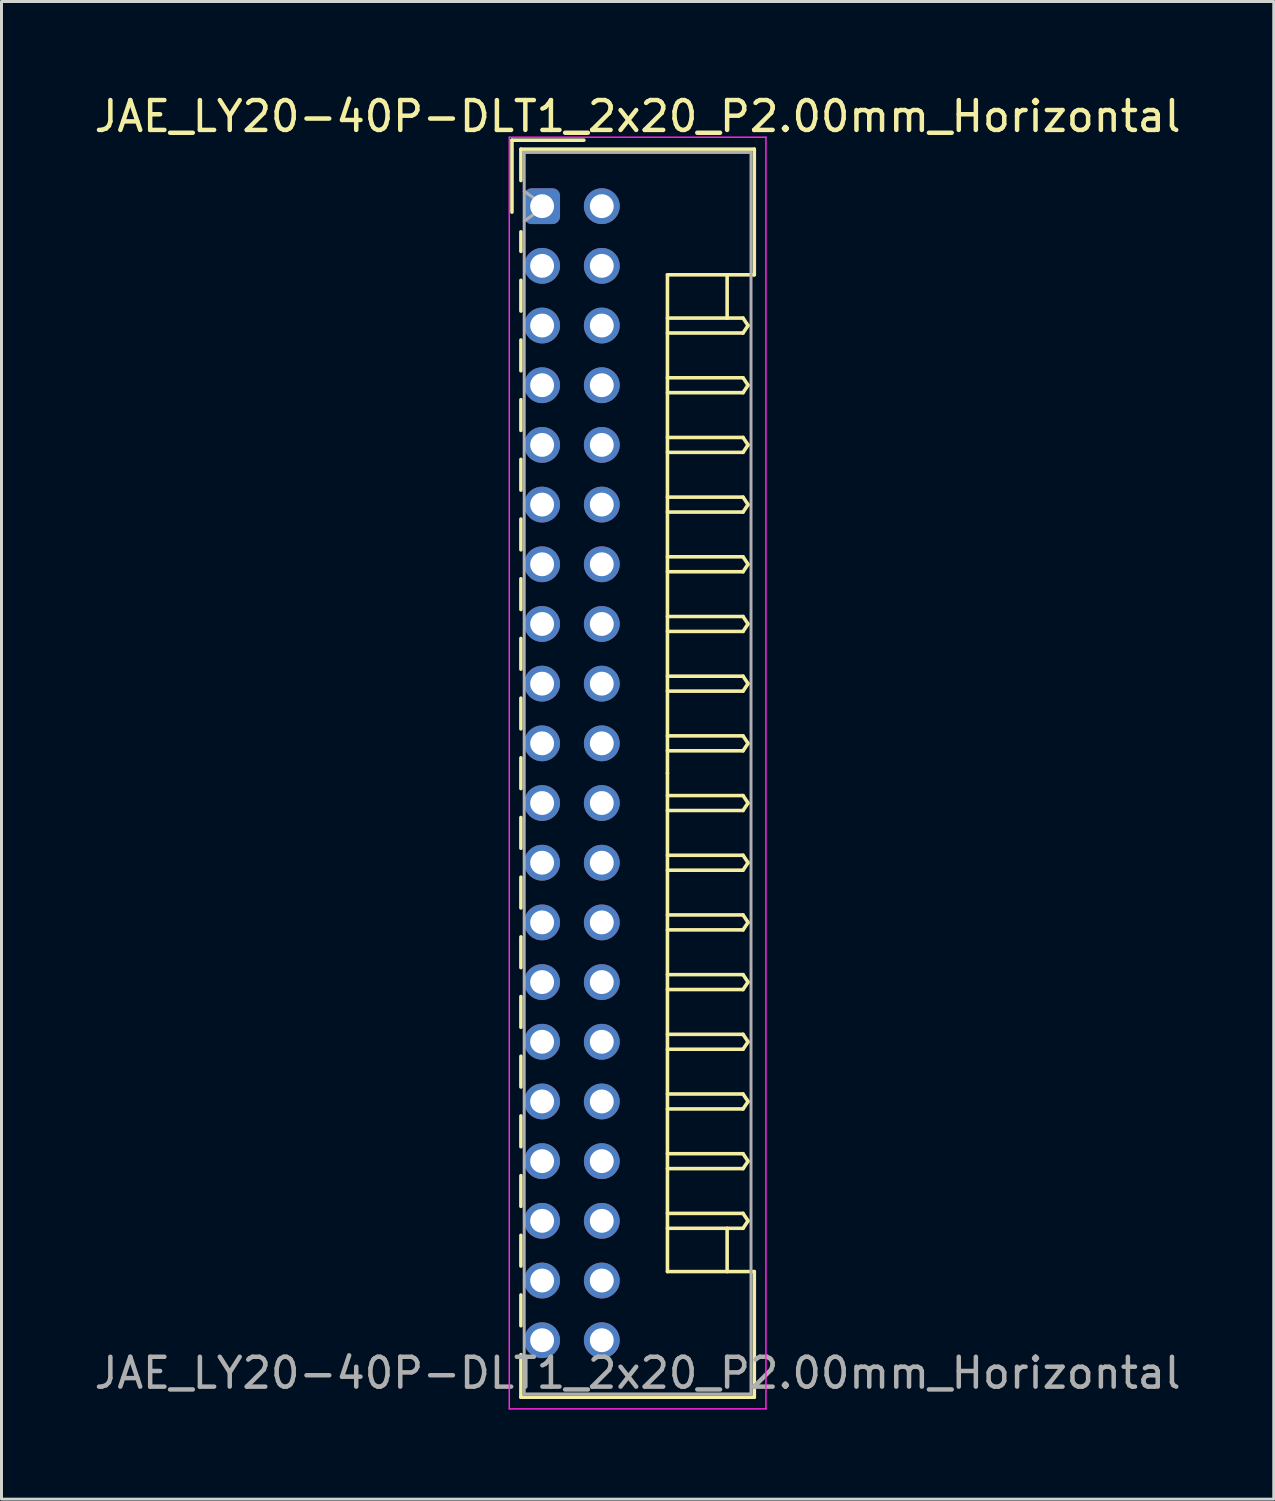
<source format=kicad_pcb>
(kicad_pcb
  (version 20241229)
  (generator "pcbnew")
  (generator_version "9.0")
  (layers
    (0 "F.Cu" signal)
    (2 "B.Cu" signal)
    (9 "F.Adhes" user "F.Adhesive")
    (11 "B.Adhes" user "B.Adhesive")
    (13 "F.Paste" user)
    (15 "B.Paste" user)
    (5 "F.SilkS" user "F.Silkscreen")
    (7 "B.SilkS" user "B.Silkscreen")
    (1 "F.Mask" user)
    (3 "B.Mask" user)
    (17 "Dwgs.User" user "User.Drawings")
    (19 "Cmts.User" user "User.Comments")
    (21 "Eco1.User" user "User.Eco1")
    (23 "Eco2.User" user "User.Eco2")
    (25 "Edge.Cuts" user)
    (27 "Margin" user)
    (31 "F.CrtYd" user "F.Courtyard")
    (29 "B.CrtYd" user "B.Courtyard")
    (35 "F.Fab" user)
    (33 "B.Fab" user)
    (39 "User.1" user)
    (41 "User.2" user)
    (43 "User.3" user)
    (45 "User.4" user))
  (footprint "JAE_LY20-40P-DLT1_2x20_P2.00mm_Horizontal"
    (layer "F.Cu")
    (at 15.115 3.858)
    (property "Reference" "JAE_LY20-40P-DLT1_2x20_P2.00mm_Horizontal" (at 3.2 -3.01 0) (layer "F.SilkS") (effects (font (size 1 1) (thickness 0.15))))
    (attr through_hole)
    (fp_line (start -1.01 -2.21) (end -1.01 0.2) (stroke (width 0.12) (type solid)) (layer "F.SilkS"))
    (fp_line (start -0.71 -1.91) (end -0.71 -0.86) (stroke (width 0.12) (type solid)) (layer "F.SilkS"))
    (fp_line (start -0.71 -1.91) (end 7.11 -1.91) (stroke (width 0.12) (type solid)) (layer "F.SilkS"))
    (fp_line (start -0.71 0.86) (end -0.71 1.515) (stroke (width 0.12) (type solid)) (layer "F.SilkS"))
    (fp_line (start -0.71 2.485) (end -0.71 3.515) (stroke (width 0.12) (type solid)) (layer "F.SilkS"))
    (fp_line (start -0.71 4.485) (end -0.71 5.515) (stroke (width 0.12) (type solid)) (layer "F.SilkS"))
    (fp_line (start -0.71 6.485) (end -0.71 7.515) (stroke (width 0.12) (type solid)) (layer "F.SilkS"))
    (fp_line (start -0.71 8.485) (end -0.71 9.515) (stroke (width 0.12) (type solid)) (layer "F.SilkS"))
    (fp_line (start -0.71 10.485) (end -0.71 11.515) (stroke (width 0.12) (type solid)) (layer "F.SilkS"))
    (fp_line (start -0.71 12.485) (end -0.71 13.515) (stroke (width 0.12) (type solid)) (layer "F.SilkS"))
    (fp_line (start -0.71 14.485) (end -0.71 15.515) (stroke (width 0.12) (type solid)) (layer "F.SilkS"))
    (fp_line (start -0.71 16.485) (end -0.71 17.515) (stroke (width 0.12) (type solid)) (layer "F.SilkS"))
    (fp_line (start -0.71 18.485) (end -0.71 19.515) (stroke (width 0.12) (type solid)) (layer "F.SilkS"))
    (fp_line (start -0.71 20.485) (end -0.71 21.515) (stroke (width 0.12) (type solid)) (layer "F.SilkS"))
    (fp_line (start -0.71 22.485) (end -0.71 23.515) (stroke (width 0.12) (type solid)) (layer "F.SilkS"))
    (fp_line (start -0.71 24.485) (end -0.71 25.515) (stroke (width 0.12) (type solid)) (layer "F.SilkS"))
    (fp_line (start -0.71 26.485) (end -0.71 27.515) (stroke (width 0.12) (type solid)) (layer "F.SilkS"))
    (fp_line (start -0.71 28.485) (end -0.71 29.515) (stroke (width 0.12) (type solid)) (layer "F.SilkS"))
    (fp_line (start -0.71 30.485) (end -0.71 31.515) (stroke (width 0.12) (type solid)) (layer "F.SilkS"))
    (fp_line (start -0.71 32.485) (end -0.71 33.515) (stroke (width 0.12) (type solid)) (layer "F.SilkS"))
    (fp_line (start -0.71 34.485) (end -0.71 35.515) (stroke (width 0.12) (type solid)) (layer "F.SilkS"))
    (fp_line (start -0.71 36.485) (end -0.71 37.515) (stroke (width 0.12) (type solid)) (layer "F.SilkS"))
    (fp_line (start -0.71 38.485) (end -0.71 39.91) (stroke (width 0.12) (type solid)) (layer "F.SilkS"))
    (fp_line (start -0.71 39.91) (end 7.11 39.91) (stroke (width 0.12) (type solid)) (layer "F.SilkS"))
    (fp_line (start 1.4 -2.21) (end -1.01 -2.21) (stroke (width 0.12) (type solid)) (layer "F.SilkS"))
    (fp_line (start 4.2 2.3) (end 4.2 19) (stroke (width 0.12) (type solid)) (layer "F.SilkS"))
    (fp_line (start 4.2 3.75) (end 6.733 3.75) (stroke (width 0.12) (type solid)) (layer "F.SilkS"))
    (fp_line (start 4.2 5.75) (end 6.733 5.75) (stroke (width 0.12) (type solid)) (layer "F.SilkS"))
    (fp_line (start 4.2 7.75) (end 6.733 7.75) (stroke (width 0.12) (type solid)) (layer "F.SilkS"))
    (fp_line (start 4.2 9.75) (end 6.733 9.75) (stroke (width 0.12) (type solid)) (layer "F.SilkS"))
    (fp_line (start 4.2 11.75) (end 6.733 11.75) (stroke (width 0.12) (type solid)) (layer "F.SilkS"))
    (fp_line (start 4.2 13.75) (end 6.733 13.75) (stroke (width 0.12) (type solid)) (layer "F.SilkS"))
    (fp_line (start 4.2 15.75) (end 6.733 15.75) (stroke (width 0.12) (type solid)) (layer "F.SilkS"))
    (fp_line (start 4.2 17.75) (end 6.733 17.75) (stroke (width 0.12) (type solid)) (layer "F.SilkS"))
    (fp_line (start 4.2 19.75) (end 6.733 19.75) (stroke (width 0.12) (type solid)) (layer "F.SilkS"))
    (fp_line (start 4.2 21.75) (end 6.733 21.75) (stroke (width 0.12) (type solid)) (layer "F.SilkS"))
    (fp_line (start 4.2 23.75) (end 6.733 23.75) (stroke (width 0.12) (type solid)) (layer "F.SilkS"))
    (fp_line (start 4.2 25.75) (end 6.733 25.75) (stroke (width 0.12) (type solid)) (layer "F.SilkS"))
    (fp_line (start 4.2 27.75) (end 6.733 27.75) (stroke (width 0.12) (type solid)) (layer "F.SilkS"))
    (fp_line (start 4.2 29.75) (end 6.733 29.75) (stroke (width 0.12) (type solid)) (layer "F.SilkS"))
    (fp_line (start 4.2 31.75) (end 6.733 31.75) (stroke (width 0.12) (type solid)) (layer "F.SilkS"))
    (fp_line (start 4.2 33.75) (end 6.733 33.75) (stroke (width 0.12) (type solid)) (layer "F.SilkS"))
    (fp_line (start 4.2 35.7) (end 4.2 19) (stroke (width 0.12) (type solid)) (layer "F.SilkS"))
    (fp_line (start 6.2 2.3) (end 6.2 3.75) (stroke (width 0.12) (type solid)) (layer "F.SilkS"))
    (fp_line (start 6.2 35.7) (end 6.2 34.25) (stroke (width 0.12) (type solid)) (layer "F.SilkS"))
    (fp_line (start 6.733 3.75) (end 6.9 4) (stroke (width 0.12) (type solid)) (layer "F.SilkS"))
    (fp_line (start 6.733 4.25) (end 4.2 4.25) (stroke (width 0.12) (type solid)) (layer "F.SilkS"))
    (fp_line (start 6.733 5.75) (end 6.9 6) (stroke (width 0.12) (type solid)) (layer "F.SilkS"))
    (fp_line (start 6.733 6.25) (end 4.2 6.25) (stroke (width 0.12) (type solid)) (layer "F.SilkS"))
    (fp_line (start 6.733 7.75) (end 6.9 8) (stroke (width 0.12) (type solid)) (layer "F.SilkS"))
    (fp_line (start 6.733 8.25) (end 4.2 8.25) (stroke (width 0.12) (type solid)) (layer "F.SilkS"))
    (fp_line (start 6.733 9.75) (end 6.9 10) (stroke (width 0.12) (type solid)) (layer "F.SilkS"))
    (fp_line (start 6.733 10.25) (end 4.2 10.25) (stroke (width 0.12) (type solid)) (layer "F.SilkS"))
    (fp_line (start 6.733 11.75) (end 6.9 12) (stroke (width 0.12) (type solid)) (layer "F.SilkS"))
    (fp_line (start 6.733 12.25) (end 4.2 12.25) (stroke (width 0.12) (type solid)) (layer "F.SilkS"))
    (fp_line (start 6.733 13.75) (end 6.9 14) (stroke (width 0.12) (type solid)) (layer "F.SilkS"))
    (fp_line (start 6.733 14.25) (end 4.2 14.25) (stroke (width 0.12) (type solid)) (layer "F.SilkS"))
    (fp_line (start 6.733 15.75) (end 6.9 16) (stroke (width 0.12) (type solid)) (layer "F.SilkS"))
    (fp_line (start 6.733 16.25) (end 4.2 16.25) (stroke (width 0.12) (type solid)) (layer "F.SilkS"))
    (fp_line (start 6.733 17.75) (end 6.9 18) (stroke (width 0.12) (type solid)) (layer "F.SilkS"))
    (fp_line (start 6.733 18.25) (end 4.2 18.25) (stroke (width 0.12) (type solid)) (layer "F.SilkS"))
    (fp_line (start 6.733 19.75) (end 6.9 20) (stroke (width 0.12) (type solid)) (layer "F.SilkS"))
    (fp_line (start 6.733 20.25) (end 4.2 20.25) (stroke (width 0.12) (type solid)) (layer "F.SilkS"))
    (fp_line (start 6.733 21.75) (end 6.9 22) (stroke (width 0.12) (type solid)) (layer "F.SilkS"))
    (fp_line (start 6.733 22.25) (end 4.2 22.25) (stroke (width 0.12) (type solid)) (layer "F.SilkS"))
    (fp_line (start 6.733 23.75) (end 6.9 24) (stroke (width 0.12) (type solid)) (layer "F.SilkS"))
    (fp_line (start 6.733 24.25) (end 4.2 24.25) (stroke (width 0.12) (type solid)) (layer "F.SilkS"))
    (fp_line (start 6.733 25.75) (end 6.9 26) (stroke (width 0.12) (type solid)) (layer "F.SilkS"))
    (fp_line (start 6.733 26.25) (end 4.2 26.25) (stroke (width 0.12) (type solid)) (layer "F.SilkS"))
    (fp_line (start 6.733 27.75) (end 6.9 28) (stroke (width 0.12) (type solid)) (layer "F.SilkS"))
    (fp_line (start 6.733 28.25) (end 4.2 28.25) (stroke (width 0.12) (type solid)) (layer "F.SilkS"))
    (fp_line (start 6.733 29.75) (end 6.9 30) (stroke (width 0.12) (type solid)) (layer "F.SilkS"))
    (fp_line (start 6.733 30.25) (end 4.2 30.25) (stroke (width 0.12) (type solid)) (layer "F.SilkS"))
    (fp_line (start 6.733 31.75) (end 6.9 32) (stroke (width 0.12) (type solid)) (layer "F.SilkS"))
    (fp_line (start 6.733 32.25) (end 4.2 32.25) (stroke (width 0.12) (type solid)) (layer "F.SilkS"))
    (fp_line (start 6.733 33.75) (end 6.9 34) (stroke (width 0.12) (type solid)) (layer "F.SilkS"))
    (fp_line (start 6.733 34.25) (end 4.2 34.25) (stroke (width 0.12) (type solid)) (layer "F.SilkS"))
    (fp_line (start 6.9 4) (end 6.733 4.25) (stroke (width 0.12) (type solid)) (layer "F.SilkS"))
    (fp_line (start 6.9 6) (end 6.733 6.25) (stroke (width 0.12) (type solid)) (layer "F.SilkS"))
    (fp_line (start 6.9 8) (end 6.733 8.25) (stroke (width 0.12) (type solid)) (layer "F.SilkS"))
    (fp_line (start 6.9 10) (end 6.733 10.25) (stroke (width 0.12) (type solid)) (layer "F.SilkS"))
    (fp_line (start 6.9 12) (end 6.733 12.25) (stroke (width 0.12) (type solid)) (layer "F.SilkS"))
    (fp_line (start 6.9 14) (end 6.733 14.25) (stroke (width 0.12) (type solid)) (layer "F.SilkS"))
    (fp_line (start 6.9 16) (end 6.733 16.25) (stroke (width 0.12) (type solid)) (layer "F.SilkS"))
    (fp_line (start 6.9 18) (end 6.733 18.25) (stroke (width 0.12) (type solid)) (layer "F.SilkS"))
    (fp_line (start 6.9 20) (end 6.733 20.25) (stroke (width 0.12) (type solid)) (layer "F.SilkS"))
    (fp_line (start 6.9 22) (end 6.733 22.25) (stroke (width 0.12) (type solid)) (layer "F.SilkS"))
    (fp_line (start 6.9 24) (end 6.733 24.25) (stroke (width 0.12) (type solid)) (layer "F.SilkS"))
    (fp_line (start 6.9 26) (end 6.733 26.25) (stroke (width 0.12) (type solid)) (layer "F.SilkS"))
    (fp_line (start 6.9 28) (end 6.733 28.25) (stroke (width 0.12) (type solid)) (layer "F.SilkS"))
    (fp_line (start 6.9 30) (end 6.733 30.25) (stroke (width 0.12) (type solid)) (layer "F.SilkS"))
    (fp_line (start 6.9 32) (end 6.733 32.25) (stroke (width 0.12) (type solid)) (layer "F.SilkS"))
    (fp_line (start 6.9 34) (end 6.733 34.25) (stroke (width 0.12) (type solid)) (layer "F.SilkS"))
    (fp_line (start 7.11 -1.91) (end 7.11 2.3) (stroke (width 0.12) (type solid)) (layer "F.SilkS"))
    (fp_line (start 7.11 2.3) (end 4.2 2.3) (stroke (width 0.12) (type solid)) (layer "F.SilkS"))
    (fp_line (start 7.11 35.7) (end 4.2 35.7) (stroke (width 0.12) (type solid)) (layer "F.SilkS"))
    (fp_line (start 7.11 39.91) (end 7.11 35.7) (stroke (width 0.12) (type solid)) (layer "F.SilkS"))
    (fp_line (start -1.1 -2.31) (end -1.1 40.3) (stroke (width 0.05) (type solid)) (layer "F.CrtYd"))
    (fp_line (start -1.1 40.3) (end 7.5 40.3) (stroke (width 0.05) (type solid)) (layer "F.CrtYd"))
    (fp_line (start 7.5 -2.31) (end -1.1 -2.31) (stroke (width 0.05) (type solid)) (layer "F.CrtYd"))
    (fp_line (start 7.5 40.3) (end 7.5 -2.31) (stroke (width 0.05) (type solid)) (layer "F.CrtYd"))
    (fp_line (start -0.6 -1.8) (end -0.6 39.8) (stroke (width 0.1) (type solid)) (layer "F.Fab"))
    (fp_line (start -0.6 0.5) (end 0.107 0) (stroke (width 0.1) (type solid)) (layer "F.Fab"))
    (fp_line (start -0.6 39.8) (end 7 39.8) (stroke (width 0.1) (type solid)) (layer "F.Fab"))
    (fp_line (start 0.107 0) (end -0.6 -0.5) (stroke (width 0.1) (type solid)) (layer "F.Fab"))
    (fp_line (start 7 -1.8) (end -0.6 -1.8) (stroke (width 0.1) (type solid)) (layer "F.Fab"))
    (fp_line (start 7 39.8) (end 7 -1.8) (stroke (width 0.1) (type solid)) (layer "F.Fab"))
    (fp_text user "${REFERENCE}" (at 3.2 39.1 0) (layer "F.Fab") (effects (font (size 1 1) (thickness 0.15))))
    (pad "a1" thru_hole roundrect (at 0 0) (size 1.2 1.2) (drill 0.8) (layers "*.Cu" "*.Mask") (roundrect_rratio 0.208))
    (pad "a2" thru_hole circle (at 0 2) (size 1.2 1.2) (drill 0.8) (layers "*.Cu" "*.Mask"))
    (pad "a3" thru_hole circle (at 0 4) (size 1.2 1.2) (drill 0.8) (layers "*.Cu" "*.Mask"))
    (pad "a4" thru_hole circle (at 0 6) (size 1.2 1.2) (drill 0.8) (layers "*.Cu" "*.Mask"))
    (pad "a5" thru_hole circle (at 0 8) (size 1.2 1.2) (drill 0.8) (layers "*.Cu" "*.Mask"))
    (pad "a6" thru_hole circle (at 0 10) (size 1.2 1.2) (drill 0.8) (layers "*.Cu" "*.Mask"))
    (pad "a7" thru_hole circle (at 0 12) (size 1.2 1.2) (drill 0.8) (layers "*.Cu" "*.Mask"))
    (pad "a8" thru_hole circle (at 0 14) (size 1.2 1.2) (drill 0.8) (layers "*.Cu" "*.Mask"))
    (pad "a9" thru_hole circle (at 0 16) (size 1.2 1.2) (drill 0.8) (layers "*.Cu" "*.Mask"))
    (pad "a10" thru_hole circle (at 0 18) (size 1.2 1.2) (drill 0.8) (layers "*.Cu" "*.Mask"))
    (pad "a11" thru_hole circle (at 0 20) (size 1.2 1.2) (drill 0.8) (layers "*.Cu" "*.Mask"))
    (pad "a12" thru_hole circle (at 0 22) (size 1.2 1.2) (drill 0.8) (layers "*.Cu" "*.Mask"))
    (pad "a13" thru_hole circle (at 0 24) (size 1.2 1.2) (drill 0.8) (layers "*.Cu" "*.Mask"))
    (pad "a14" thru_hole circle (at 0 26) (size 1.2 1.2) (drill 0.8) (layers "*.Cu" "*.Mask"))
    (pad "a15" thru_hole circle (at 0 28) (size 1.2 1.2) (drill 0.8) (layers "*.Cu" "*.Mask"))
    (pad "a16" thru_hole circle (at 0 30) (size 1.2 1.2) (drill 0.8) (layers "*.Cu" "*.Mask"))
    (pad "a17" thru_hole circle (at 0 32) (size 1.2 1.2) (drill 0.8) (layers "*.Cu" "*.Mask"))
    (pad "a18" thru_hole circle (at 0 34) (size 1.2 1.2) (drill 0.8) (layers "*.Cu" "*.Mask"))
    (pad "a19" thru_hole circle (at 0 36) (size 1.2 1.2) (drill 0.8) (layers "*.Cu" "*.Mask"))
    (pad "a20" thru_hole circle (at 0 38) (size 1.2 1.2) (drill 0.8) (layers "*.Cu" "*.Mask"))
    (pad "b1" thru_hole circle (at 2 0) (size 1.2 1.2) (drill 0.8) (layers "*.Cu" "*.Mask"))
    (pad "b2" thru_hole circle (at 2 2) (size 1.2 1.2) (drill 0.8) (layers "*.Cu" "*.Mask"))
    (pad "b3" thru_hole circle (at 2 4) (size 1.2 1.2) (drill 0.8) (layers "*.Cu" "*.Mask"))
    (pad "b4" thru_hole circle (at 2 6) (size 1.2 1.2) (drill 0.8) (layers "*.Cu" "*.Mask"))
    (pad "b5" thru_hole circle (at 2 8) (size 1.2 1.2) (drill 0.8) (layers "*.Cu" "*.Mask"))
    (pad "b6" thru_hole circle (at 2 10) (size 1.2 1.2) (drill 0.8) (layers "*.Cu" "*.Mask"))
    (pad "b7" thru_hole circle (at 2 12) (size 1.2 1.2) (drill 0.8) (layers "*.Cu" "*.Mask"))
    (pad "b8" thru_hole circle (at 2 14) (size 1.2 1.2) (drill 0.8) (layers "*.Cu" "*.Mask"))
    (pad "b9" thru_hole circle (at 2 16) (size 1.2 1.2) (drill 0.8) (layers "*.Cu" "*.Mask"))
    (pad "b10" thru_hole circle (at 2 18) (size 1.2 1.2) (drill 0.8) (layers "*.Cu" "*.Mask"))
    (pad "b11" thru_hole circle (at 2 20) (size 1.2 1.2) (drill 0.8) (layers "*.Cu" "*.Mask"))
    (pad "b12" thru_hole circle (at 2 22) (size 1.2 1.2) (drill 0.8) (layers "*.Cu" "*.Mask"))
    (pad "b13" thru_hole circle (at 2 24) (size 1.2 1.2) (drill 0.8) (layers "*.Cu" "*.Mask"))
    (pad "b14" thru_hole circle (at 2 26) (size 1.2 1.2) (drill 0.8) (layers "*.Cu" "*.Mask"))
    (pad "b15" thru_hole circle (at 2 28) (size 1.2 1.2) (drill 0.8) (layers "*.Cu" "*.Mask"))
    (pad "b16" thru_hole circle (at 2 30) (size 1.2 1.2) (drill 0.8) (layers "*.Cu" "*.Mask"))
    (pad "b17" thru_hole circle (at 2 32) (size 1.2 1.2) (drill 0.8) (layers "*.Cu" "*.Mask"))
    (pad "b18" thru_hole circle (at 2 34) (size 1.2 1.2) (drill 0.8) (layers "*.Cu" "*.Mask"))
    (pad "b19" thru_hole circle (at 2 36) (size 1.2 1.2) (drill 0.8) (layers "*.Cu" "*.Mask"))
    (pad "b20" thru_hole circle (at 2 38) (size 1.2 1.2) (drill 0.8) (layers "*.Cu" "*.Mask")))
  (gr_rect
    (start -3 -3)
    (end 39.631 47.183)
    (stroke (width 0.1) (type default))
    (fill no)
    (layer "Edge.Cuts")))
</source>
